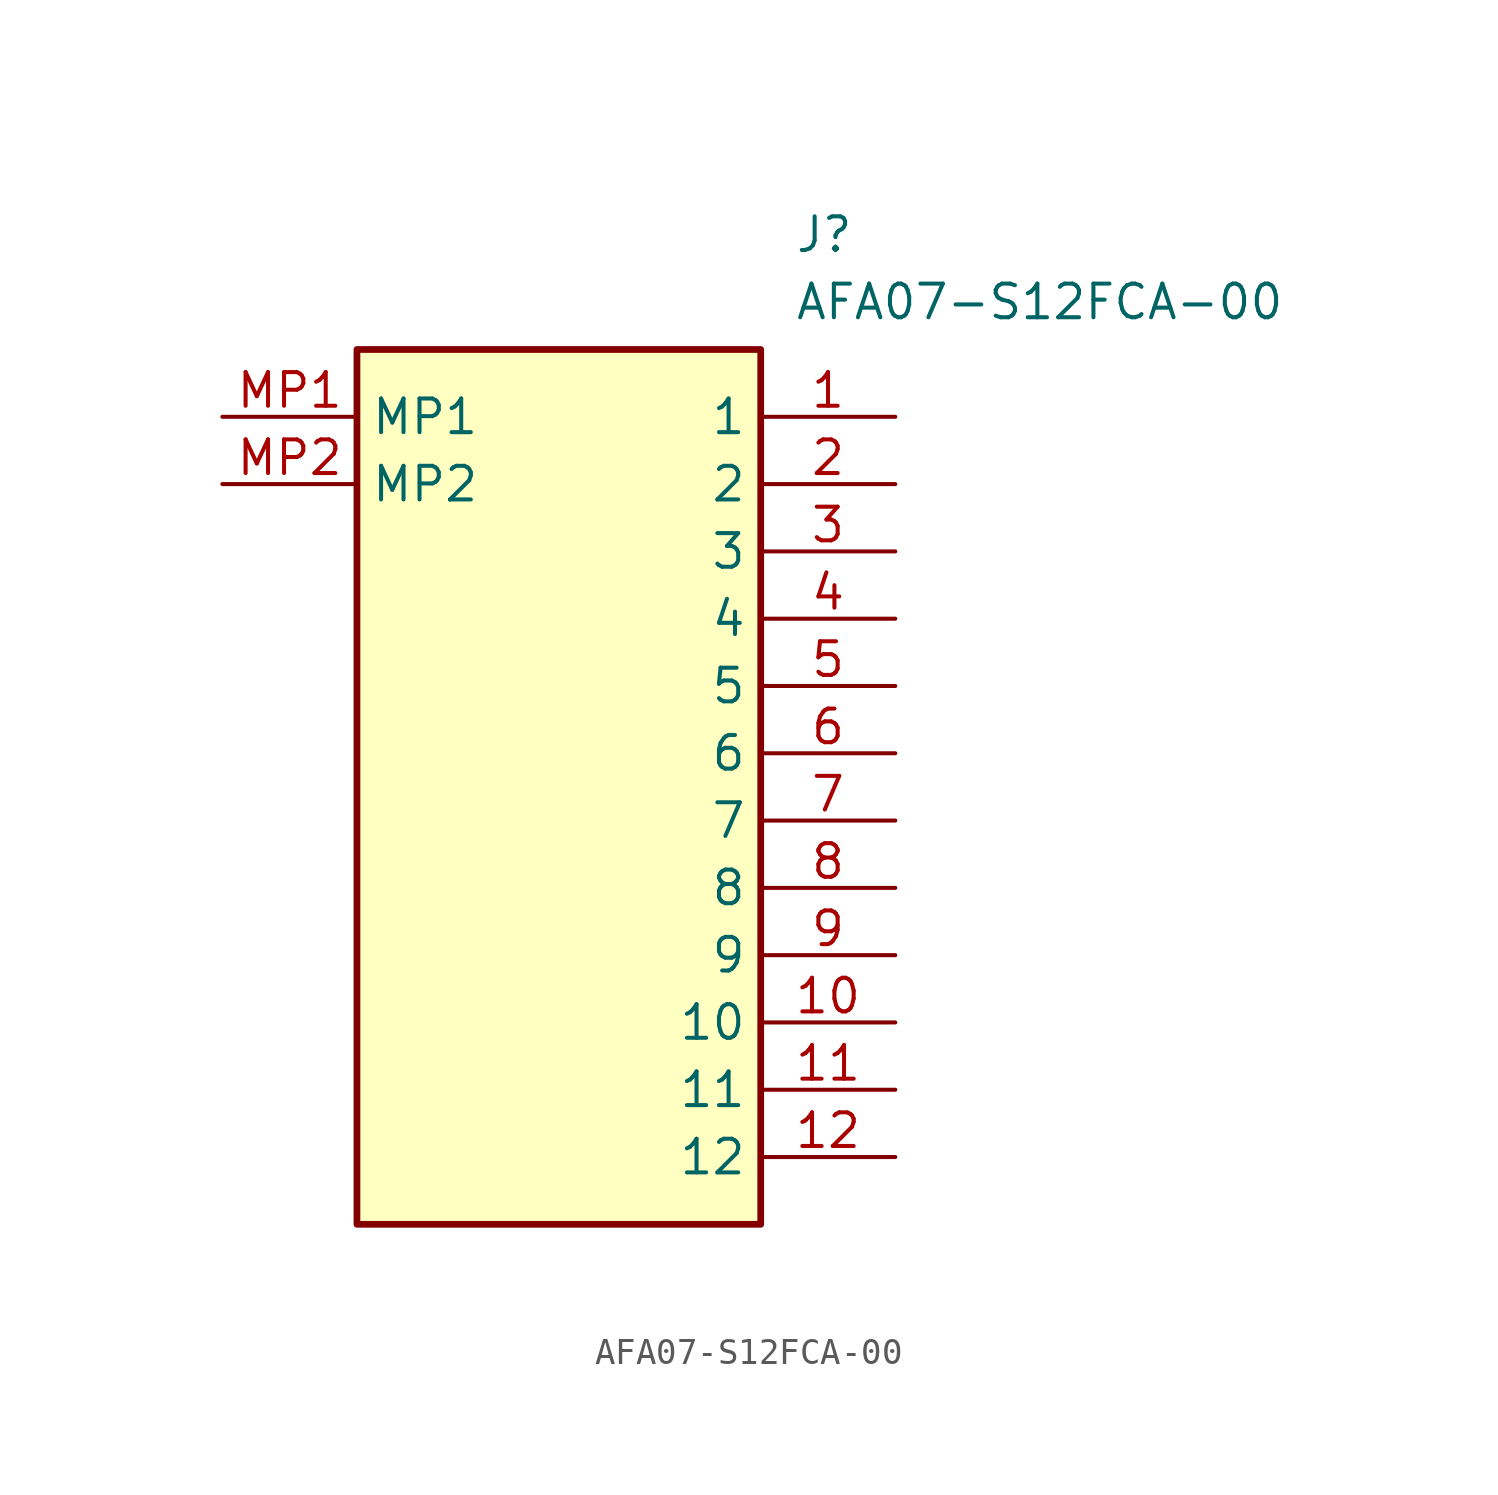
<source format=kicad_sym>
(kicad_symbol_lib
  (version 20211014)
  (generator SamacSys_ECAD_Model)
  (symbol "AFA07-S12FCA-00"
    (property "Reference" "J"
      (at 21.59 7.62 0)
      (effects (font (size 1.27 1.27)) (justify left top)))
    (property "Value" "AFA07-S12FCA-00"
      (at 21.59 5.08 0)
      (effects (font (size 1.27 1.27)) (justify left top)))
    (rectangle
      (start 5.08 2.54)
      (end 20.32 -30.48)
      (stroke (width 0.254) (type default))
      (fill (type background)))
    (pin passive line
      (at 25.4 0 180)
      (length 5.08)
      (name "1" (effects (font (size 1.27 1.27))))
      (number "1" (effects (font (size 1.27 1.27)))))
    (pin passive line
      (at 25.4 -2.54 180)
      (length 5.08)
      (name "2" (effects (font (size 1.27 1.27))))
      (number "2" (effects (font (size 1.27 1.27)))))
    (pin passive line
      (at 25.4 -5.08 180)
      (length 5.08)
      (name "3" (effects (font (size 1.27 1.27))))
      (number "3" (effects (font (size 1.27 1.27)))))
    (pin passive line
      (at 25.4 -7.62 180)
      (length 5.08)
      (name "4" (effects (font (size 1.27 1.27))))
      (number "4" (effects (font (size 1.27 1.27)))))
    (pin passive line
      (at 25.4 -10.16 180)
      (length 5.08)
      (name "5" (effects (font (size 1.27 1.27))))
      (number "5" (effects (font (size 1.27 1.27)))))
    (pin passive line
      (at 25.4 -12.7 180)
      (length 5.08)
      (name "6" (effects (font (size 1.27 1.27))))
      (number "6" (effects (font (size 1.27 1.27)))))
    (pin passive line
      (at 25.4 -15.24 180)
      (length 5.08)
      (name "7" (effects (font (size 1.27 1.27))))
      (number "7" (effects (font (size 1.27 1.27)))))
    (pin passive line
      (at 25.4 -17.78 180)
      (length 5.08)
      (name "8" (effects (font (size 1.27 1.27))))
      (number "8" (effects (font (size 1.27 1.27)))))
    (pin passive line
      (at 25.4 -20.32 180)
      (length 5.08)
      (name "9" (effects (font (size 1.27 1.27))))
      (number "9" (effects (font (size 1.27 1.27)))))
    (pin passive line
      (at 25.4 -22.86 180)
      (length 5.08)
      (name "10" (effects (font (size 1.27 1.27))))
      (number "10" (effects (font (size 1.27 1.27)))))
    (pin passive line
      (at 25.4 -25.4 180)
      (length 5.08)
      (name "11" (effects (font (size 1.27 1.27))))
      (number "11" (effects (font (size 1.27 1.27)))))
    (pin passive line
      (at 25.4 -27.94 180)
      (length 5.08)
      (name "12" (effects (font (size 1.27 1.27))))
      (number "12" (effects (font (size 1.27 1.27)))))
    (pin passive line
      (at 0 0 0)
      (length 5.08)
      (name "MP1" (effects (font (size 1.27 1.27))))
      (number "MP1" (effects (font (size 1.27 1.27)))))
    (pin passive line
      (at 0 -2.54 0)
      (length 5.08)
      (name "MP2" (effects (font (size 1.27 1.27))))
      (number "MP2" (effects (font (size 1.27 1.27)))))))
</source>
